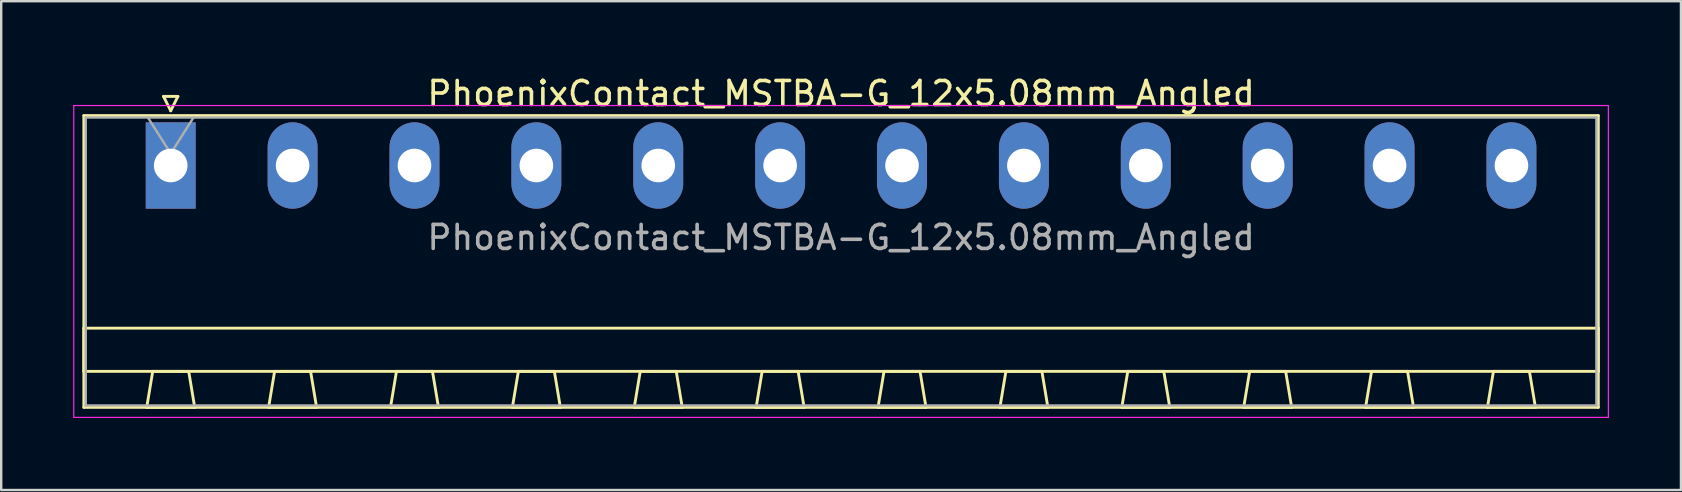
<source format=kicad_pcb>
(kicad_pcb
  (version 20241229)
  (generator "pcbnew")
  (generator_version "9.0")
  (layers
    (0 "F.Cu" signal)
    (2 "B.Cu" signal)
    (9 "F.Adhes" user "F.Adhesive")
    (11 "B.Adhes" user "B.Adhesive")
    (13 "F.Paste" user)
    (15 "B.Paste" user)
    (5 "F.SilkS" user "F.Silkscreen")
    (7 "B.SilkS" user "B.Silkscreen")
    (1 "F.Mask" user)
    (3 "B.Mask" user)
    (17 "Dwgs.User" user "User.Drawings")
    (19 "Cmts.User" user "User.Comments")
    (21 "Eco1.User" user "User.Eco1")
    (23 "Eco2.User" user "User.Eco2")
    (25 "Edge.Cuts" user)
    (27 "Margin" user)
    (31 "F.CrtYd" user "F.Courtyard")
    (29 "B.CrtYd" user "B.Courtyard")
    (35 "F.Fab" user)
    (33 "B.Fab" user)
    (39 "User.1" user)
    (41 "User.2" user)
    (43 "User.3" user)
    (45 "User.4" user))
  (footprint "PhoenixContact_MSTBA-G_12x5.08mm_Angled"
    (layer "F.Cu")
    (at 4.065 3.848)
    (property "Reference" "PhoenixContact_MSTBA-G_12x5.08mm_Angled" (at 27.94 -3 0) (layer "F.SilkS") (effects (font (size 1 1) (thickness 0.15))))
    (attr through_hole)
    (fp_line (start -3.62 -2.08) (end -3.62 10.08) (stroke (width 0.12) (type solid)) (layer "F.SilkS"))
    (fp_line (start -3.62 6.78) (end 59.5 6.78) (stroke (width 0.12) (type solid)) (layer "F.SilkS"))
    (fp_line (start -3.62 8.58) (end -3.62 6.78) (stroke (width 0.12) (type solid)) (layer "F.SilkS"))
    (fp_line (start -3.62 10.08) (end 59.5 10.08) (stroke (width 0.12) (type solid)) (layer "F.SilkS"))
    (fp_line (start -1 10.08) (end 1 10.08) (stroke (width 0.12) (type solid)) (layer "F.SilkS"))
    (fp_line (start -0.75 8.58) (end -1 10.08) (stroke (width 0.12) (type solid)) (layer "F.SilkS"))
    (fp_line (start -0.3 -2.88) (end 0.3 -2.88) (stroke (width 0.12) (type solid)) (layer "F.SilkS"))
    (fp_line (start 0 -2.28) (end -0.3 -2.88) (stroke (width 0.12) (type solid)) (layer "F.SilkS"))
    (fp_line (start 0.3 -2.88) (end 0 -2.28) (stroke (width 0.12) (type solid)) (layer "F.SilkS"))
    (fp_line (start 0.75 8.58) (end -0.75 8.58) (stroke (width 0.12) (type solid)) (layer "F.SilkS"))
    (fp_line (start 1 10.08) (end 0.75 8.58) (stroke (width 0.12) (type solid)) (layer "F.SilkS"))
    (fp_line (start 4.08 10.08) (end 6.08 10.08) (stroke (width 0.12) (type solid)) (layer "F.SilkS"))
    (fp_line (start 4.33 8.58) (end 4.08 10.08) (stroke (width 0.12) (type solid)) (layer "F.SilkS"))
    (fp_line (start 5.83 8.58) (end 4.33 8.58) (stroke (width 0.12) (type solid)) (layer "F.SilkS"))
    (fp_line (start 6.08 10.08) (end 5.83 8.58) (stroke (width 0.12) (type solid)) (layer "F.SilkS"))
    (fp_line (start 9.16 10.08) (end 11.16 10.08) (stroke (width 0.12) (type solid)) (layer "F.SilkS"))
    (fp_line (start 9.41 8.58) (end 9.16 10.08) (stroke (width 0.12) (type solid)) (layer "F.SilkS"))
    (fp_line (start 10.91 8.58) (end 9.41 8.58) (stroke (width 0.12) (type solid)) (layer "F.SilkS"))
    (fp_line (start 11.16 10.08) (end 10.91 8.58) (stroke (width 0.12) (type solid)) (layer "F.SilkS"))
    (fp_line (start 14.24 10.08) (end 16.24 10.08) (stroke (width 0.12) (type solid)) (layer "F.SilkS"))
    (fp_line (start 14.49 8.58) (end 14.24 10.08) (stroke (width 0.12) (type solid)) (layer "F.SilkS"))
    (fp_line (start 15.99 8.58) (end 14.49 8.58) (stroke (width 0.12) (type solid)) (layer "F.SilkS"))
    (fp_line (start 16.24 10.08) (end 15.99 8.58) (stroke (width 0.12) (type solid)) (layer "F.SilkS"))
    (fp_line (start 19.32 10.08) (end 21.32 10.08) (stroke (width 0.12) (type solid)) (layer "F.SilkS"))
    (fp_line (start 19.57 8.58) (end 19.32 10.08) (stroke (width 0.12) (type solid)) (layer "F.SilkS"))
    (fp_line (start 21.07 8.58) (end 19.57 8.58) (stroke (width 0.12) (type solid)) (layer "F.SilkS"))
    (fp_line (start 21.32 10.08) (end 21.07 8.58) (stroke (width 0.12) (type solid)) (layer "F.SilkS"))
    (fp_line (start 24.4 10.08) (end 26.4 10.08) (stroke (width 0.12) (type solid)) (layer "F.SilkS"))
    (fp_line (start 24.65 8.58) (end 24.4 10.08) (stroke (width 0.12) (type solid)) (layer "F.SilkS"))
    (fp_line (start 26.15 8.58) (end 24.65 8.58) (stroke (width 0.12) (type solid)) (layer "F.SilkS"))
    (fp_line (start 26.4 10.08) (end 26.15 8.58) (stroke (width 0.12) (type solid)) (layer "F.SilkS"))
    (fp_line (start 29.48 10.08) (end 31.48 10.08) (stroke (width 0.12) (type solid)) (layer "F.SilkS"))
    (fp_line (start 29.73 8.58) (end 29.48 10.08) (stroke (width 0.12) (type solid)) (layer "F.SilkS"))
    (fp_line (start 31.23 8.58) (end 29.73 8.58) (stroke (width 0.12) (type solid)) (layer "F.SilkS"))
    (fp_line (start 31.48 10.08) (end 31.23 8.58) (stroke (width 0.12) (type solid)) (layer "F.SilkS"))
    (fp_line (start 34.56 10.08) (end 36.56 10.08) (stroke (width 0.12) (type solid)) (layer "F.SilkS"))
    (fp_line (start 34.81 8.58) (end 34.56 10.08) (stroke (width 0.12) (type solid)) (layer "F.SilkS"))
    (fp_line (start 36.31 8.58) (end 34.81 8.58) (stroke (width 0.12) (type solid)) (layer "F.SilkS"))
    (fp_line (start 36.56 10.08) (end 36.31 8.58) (stroke (width 0.12) (type solid)) (layer "F.SilkS"))
    (fp_line (start 39.64 10.08) (end 41.64 10.08) (stroke (width 0.12) (type solid)) (layer "F.SilkS"))
    (fp_line (start 39.89 8.58) (end 39.64 10.08) (stroke (width 0.12) (type solid)) (layer "F.SilkS"))
    (fp_line (start 41.39 8.58) (end 39.89 8.58) (stroke (width 0.12) (type solid)) (layer "F.SilkS"))
    (fp_line (start 41.64 10.08) (end 41.39 8.58) (stroke (width 0.12) (type solid)) (layer "F.SilkS"))
    (fp_line (start 44.72 10.08) (end 46.72 10.08) (stroke (width 0.12) (type solid)) (layer "F.SilkS"))
    (fp_line (start 44.97 8.58) (end 44.72 10.08) (stroke (width 0.12) (type solid)) (layer "F.SilkS"))
    (fp_line (start 46.47 8.58) (end 44.97 8.58) (stroke (width 0.12) (type solid)) (layer "F.SilkS"))
    (fp_line (start 46.72 10.08) (end 46.47 8.58) (stroke (width 0.12) (type solid)) (layer "F.SilkS"))
    (fp_line (start 49.8 10.08) (end 51.8 10.08) (stroke (width 0.12) (type solid)) (layer "F.SilkS"))
    (fp_line (start 50.05 8.58) (end 49.8 10.08) (stroke (width 0.12) (type solid)) (layer "F.SilkS"))
    (fp_line (start 51.55 8.58) (end 50.05 8.58) (stroke (width 0.12) (type solid)) (layer "F.SilkS"))
    (fp_line (start 51.8 10.08) (end 51.55 8.58) (stroke (width 0.12) (type solid)) (layer "F.SilkS"))
    (fp_line (start 54.88 10.08) (end 56.88 10.08) (stroke (width 0.12) (type solid)) (layer "F.SilkS"))
    (fp_line (start 55.13 8.58) (end 54.88 10.08) (stroke (width 0.12) (type solid)) (layer "F.SilkS"))
    (fp_line (start 56.63 8.58) (end 55.13 8.58) (stroke (width 0.12) (type solid)) (layer "F.SilkS"))
    (fp_line (start 56.88 10.08) (end 56.63 8.58) (stroke (width 0.12) (type solid)) (layer "F.SilkS"))
    (fp_line (start 59.5 -2.08) (end -3.62 -2.08) (stroke (width 0.12) (type solid)) (layer "F.SilkS"))
    (fp_line (start 59.5 6.78) (end 59.5 8.58) (stroke (width 0.12) (type solid)) (layer "F.SilkS"))
    (fp_line (start 59.5 8.58) (end -3.62 8.58) (stroke (width 0.12) (type solid)) (layer "F.SilkS"))
    (fp_line (start 59.5 10.08) (end 59.5 -2.08) (stroke (width 0.12) (type solid)) (layer "F.SilkS"))
    (fp_line (start -4.04 -2.5) (end -4.04 10.5) (stroke (width 0.05) (type solid)) (layer "F.CrtYd"))
    (fp_line (start -4.04 10.5) (end 59.92 10.5) (stroke (width 0.05) (type solid)) (layer "F.CrtYd"))
    (fp_line (start 59.92 -2.5) (end -4.04 -2.5) (stroke (width 0.05) (type solid)) (layer "F.CrtYd"))
    (fp_line (start 59.92 10.5) (end 59.92 -2.5) (stroke (width 0.05) (type solid)) (layer "F.CrtYd"))
    (fp_line (start -3.54 -2) (end -3.54 10) (stroke (width 0.1) (type solid)) (layer "F.Fab"))
    (fp_line (start -3.54 10) (end 59.42 10) (stroke (width 0.1) (type solid)) (layer "F.Fab"))
    (fp_line (start 0 -0.5) (end -0.95 -2) (stroke (width 0.1) (type solid)) (layer "F.Fab"))
    (fp_line (start 0.95 -2) (end 0 -0.5) (stroke (width 0.1) (type solid)) (layer "F.Fab"))
    (fp_line (start 59.42 -2) (end -3.54 -2) (stroke (width 0.1) (type solid)) (layer "F.Fab"))
    (fp_line (start 59.42 10) (end 59.42 -2) (stroke (width 0.1) (type solid)) (layer "F.Fab"))
    (fp_text user "${REFERENCE}" (at 27.94 3 0) (layer "F.Fab") (effects (font (size 1 1) (thickness 0.15))))
    (pad "1" thru_hole rect (at 0 0) (size 2.08 3.6) (drill 1.4) (layers "*.Cu" "*.Mask"))
    (pad "2" thru_hole oval (at 5.08 0) (size 2.08 3.6) (drill 1.4) (layers "*.Cu" "*.Mask"))
    (pad "3" thru_hole oval (at 10.16 0) (size 2.08 3.6) (drill 1.4) (layers "*.Cu" "*.Mask"))
    (pad "4" thru_hole oval (at 15.24 0) (size 2.08 3.6) (drill 1.4) (layers "*.Cu" "*.Mask"))
    (pad "5" thru_hole oval (at 20.32 0) (size 2.08 3.6) (drill 1.4) (layers "*.Cu" "*.Mask"))
    (pad "6" thru_hole oval (at 25.4 0) (size 2.08 3.6) (drill 1.4) (layers "*.Cu" "*.Mask"))
    (pad "7" thru_hole oval (at 30.48 0) (size 2.08 3.6) (drill 1.4) (layers "*.Cu" "*.Mask"))
    (pad "8" thru_hole oval (at 35.56 0) (size 2.08 3.6) (drill 1.4) (layers "*.Cu" "*.Mask"))
    (pad "9" thru_hole oval (at 40.64 0) (size 2.08 3.6) (drill 1.4) (layers "*.Cu" "*.Mask"))
    (pad "10" thru_hole oval (at 45.72 0) (size 2.08 3.6) (drill 1.4) (layers "*.Cu" "*.Mask"))
    (pad "11" thru_hole oval (at 50.8 0) (size 2.08 3.6) (drill 1.4) (layers "*.Cu" "*.Mask"))
    (pad "12" thru_hole oval (at 55.88 0) (size 2.08 3.6) (drill 1.4) (layers "*.Cu" "*.Mask")))
  (gr_rect
    (start -3 -3)
    (end 67.01 17.373)
    (stroke (width 0.1) (type default))
    (fill no)
    (layer "Edge.Cuts")))
</source>
